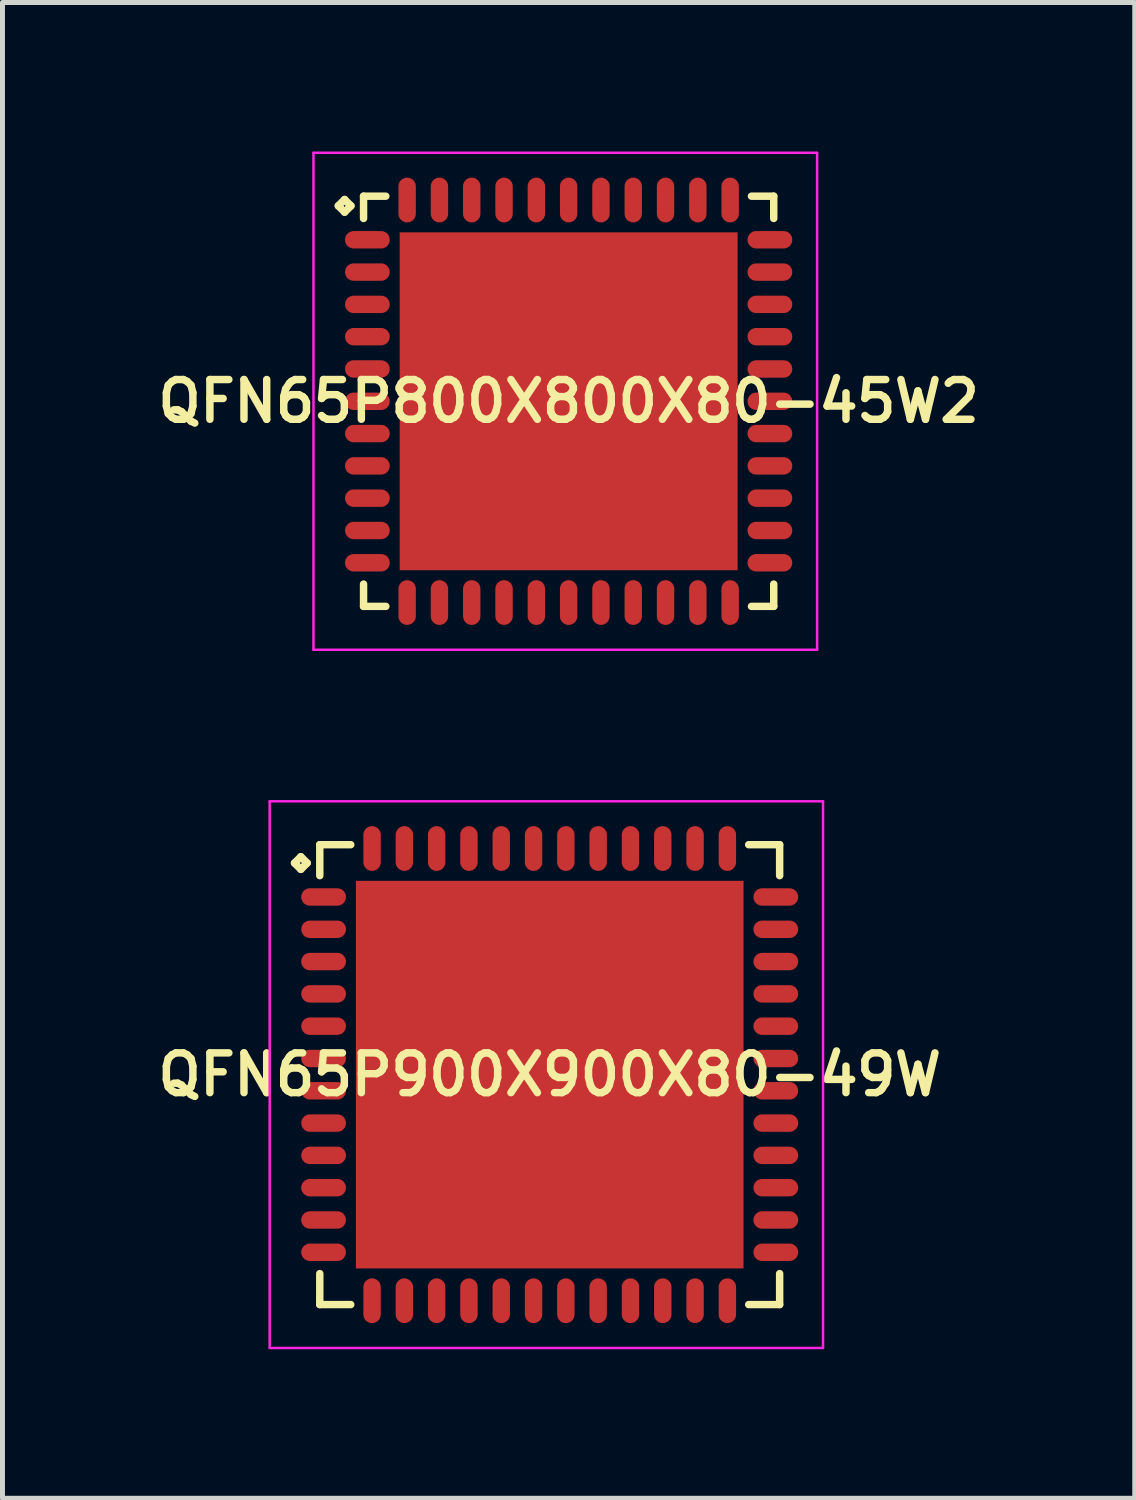
<source format=kicad_pcb>
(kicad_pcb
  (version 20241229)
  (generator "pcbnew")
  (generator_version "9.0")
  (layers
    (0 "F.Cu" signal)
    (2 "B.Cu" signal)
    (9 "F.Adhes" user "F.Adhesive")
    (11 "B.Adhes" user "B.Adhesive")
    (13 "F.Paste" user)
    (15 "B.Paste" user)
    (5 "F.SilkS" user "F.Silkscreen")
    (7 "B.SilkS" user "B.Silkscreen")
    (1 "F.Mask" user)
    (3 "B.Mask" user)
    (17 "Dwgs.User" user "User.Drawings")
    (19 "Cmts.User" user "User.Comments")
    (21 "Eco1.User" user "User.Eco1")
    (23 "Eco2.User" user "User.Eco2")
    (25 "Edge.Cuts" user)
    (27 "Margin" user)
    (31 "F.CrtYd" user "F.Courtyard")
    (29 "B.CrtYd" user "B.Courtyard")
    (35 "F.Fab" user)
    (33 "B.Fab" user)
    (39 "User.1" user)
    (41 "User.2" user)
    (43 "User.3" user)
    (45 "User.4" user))
  (footprint "QFN65P800X800X80-45W2"
    (layer "F.Cu")
    (at 8.393 5.025)
    (property "Reference" "QFN65P800X800X80-45W2" (at 0 0 0) (layer "F.SilkS") (effects (font (size 0.8 0.8) (thickness 0.15))))
    (attr smd)
    (fp_line (start -4.635 -3.933) (end -4.508 -4.06) (stroke (width 0.15) (type solid)) (layer "F.SilkS"))
    (fp_line (start -4.508 -4.06) (end -4.381 -3.933) (stroke (width 0.15) (type solid)) (layer "F.SilkS"))
    (fp_line (start -4.508 -3.806) (end -4.635 -3.933) (stroke (width 0.15) (type solid)) (layer "F.SilkS"))
    (fp_line (start -4.381 -3.933) (end -4.508 -3.806) (stroke (width 0.15) (type solid)) (layer "F.SilkS"))
    (fp_line (start -4.127 -4.127) (end -3.679 -4.127) (stroke (width 0.15) (type solid)) (layer "F.SilkS"))
    (fp_line (start -4.127 -3.679) (end -4.127 -4.127) (stroke (width 0.15) (type solid)) (layer "F.SilkS"))
    (fp_line (start -4.127 3.679) (end -4.127 4.127) (stroke (width 0.15) (type solid)) (layer "F.SilkS"))
    (fp_line (start -4.127 4.127) (end -3.679 4.127) (stroke (width 0.15) (type solid)) (layer "F.SilkS"))
    (fp_line (start 3.679 -4.127) (end 4.127 -4.127) (stroke (width 0.15) (type solid)) (layer "F.SilkS"))
    (fp_line (start 3.679 4.127) (end 4.127 4.127) (stroke (width 0.15) (type solid)) (layer "F.SilkS"))
    (fp_line (start 4.127 -4.127) (end 4.127 -3.679) (stroke (width 0.15) (type solid)) (layer "F.SilkS"))
    (fp_line (start 4.127 4.127) (end 4.127 3.679) (stroke (width 0.15) (type solid)) (layer "F.SilkS"))
    (fp_line (start -5.135 -5) (end 5 -5) (stroke (width 0.05) (type solid)) (layer "F.CrtYd"))
    (fp_line (start -5.135 5) (end -5.135 -5) (stroke (width 0.05) (type solid)) (layer "F.CrtYd"))
    (fp_line (start 5 -5) (end 5 5) (stroke (width 0.05) (type solid)) (layer "F.CrtYd"))
    (fp_line (start 5 5) (end -5.135 5) (stroke (width 0.05) (type solid)) (layer "F.CrtYd"))
    (pad "1" smd oval (at -4.05 -3.25) (size 0.9 0.35) (layers "F.Cu" "F.Mask" "F.Paste"))
    (pad "2" smd oval (at -4.05 -2.6) (size 0.9 0.35) (layers "F.Cu" "F.Mask" "F.Paste"))
    (pad "3" smd oval (at -4.05 -1.95) (size 0.9 0.35) (layers "F.Cu" "F.Mask" "F.Paste"))
    (pad "4" smd oval (at -4.05 -1.3) (size 0.9 0.35) (layers "F.Cu" "F.Mask" "F.Paste"))
    (pad "5" smd oval (at -4.05 -0.65) (size 0.9 0.35) (layers "F.Cu" "F.Mask" "F.Paste"))
    (pad "6" smd oval (at -4.05 0) (size 0.9 0.35) (layers "F.Cu" "F.Mask" "F.Paste"))
    (pad "7" smd oval (at -4.05 0.65) (size 0.9 0.35) (layers "F.Cu" "F.Mask" "F.Paste"))
    (pad "8" smd oval (at -4.05 1.3) (size 0.9 0.35) (layers "F.Cu" "F.Mask" "F.Paste"))
    (pad "9" smd oval (at -4.05 1.95) (size 0.9 0.35) (layers "F.Cu" "F.Mask" "F.Paste"))
    (pad "10" smd oval (at -4.05 2.6) (size 0.9 0.35) (layers "F.Cu" "F.Mask" "F.Paste"))
    (pad "11" smd oval (at -4.05 3.25) (size 0.9 0.35) (layers "F.Cu" "F.Mask" "F.Paste"))
    (pad "12" smd oval (at -3.25 4.05) (size 0.35 0.9) (layers "F.Cu" "F.Mask" "F.Paste"))
    (pad "13" smd oval (at -2.6 4.05) (size 0.35 0.9) (layers "F.Cu" "F.Mask" "F.Paste"))
    (pad "14" smd oval (at -1.95 4.05) (size 0.35 0.9) (layers "F.Cu" "F.Mask" "F.Paste"))
    (pad "15" smd oval (at -1.3 4.05) (size 0.35 0.9) (layers "F.Cu" "F.Mask" "F.Paste"))
    (pad "16" smd oval (at -0.65 4.05) (size 0.35 0.9) (layers "F.Cu" "F.Mask" "F.Paste"))
    (pad "17" smd oval (at 0 4.05) (size 0.35 0.9) (layers "F.Cu" "F.Mask" "F.Paste"))
    (pad "18" smd oval (at 0.65 4.05) (size 0.35 0.9) (layers "F.Cu" "F.Mask" "F.Paste"))
    (pad "19" smd oval (at 1.3 4.05) (size 0.35 0.9) (layers "F.Cu" "F.Mask" "F.Paste"))
    (pad "20" smd oval (at 1.95 4.05) (size 0.35 0.9) (layers "F.Cu" "F.Mask" "F.Paste"))
    (pad "21" smd oval (at 2.6 4.05) (size 0.35 0.9) (layers "F.Cu" "F.Mask" "F.Paste"))
    (pad "22" smd oval (at 3.25 4.05) (size 0.35 0.9) (layers "F.Cu" "F.Mask" "F.Paste"))
    (pad "23" smd oval (at 4.05 3.25) (size 0.9 0.35) (layers "F.Cu" "F.Mask" "F.Paste"))
    (pad "24" smd oval (at 4.05 2.6) (size 0.9 0.35) (layers "F.Cu" "F.Mask" "F.Paste"))
    (pad "25" smd oval (at 4.05 1.95) (size 0.9 0.35) (layers "F.Cu" "F.Mask" "F.Paste"))
    (pad "26" smd oval (at 4.05 1.3) (size 0.9 0.35) (layers "F.Cu" "F.Mask" "F.Paste"))
    (pad "27" smd oval (at 4.05 0.65) (size 0.9 0.35) (layers "F.Cu" "F.Mask" "F.Paste"))
    (pad "28" smd oval (at 4.05 0) (size 0.9 0.35) (layers "F.Cu" "F.Mask" "F.Paste"))
    (pad "29" smd oval (at 4.05 -0.65) (size 0.9 0.35) (layers "F.Cu" "F.Mask" "F.Paste"))
    (pad "30" smd oval (at 4.05 -1.3) (size 0.9 0.35) (layers "F.Cu" "F.Mask" "F.Paste"))
    (pad "31" smd oval (at 4.05 -1.95) (size 0.9 0.35) (layers "F.Cu" "F.Mask" "F.Paste"))
    (pad "32" smd oval (at 4.05 -2.6) (size 0.9 0.35) (layers "F.Cu" "F.Mask" "F.Paste"))
    (pad "33" smd oval (at 4.05 -3.25) (size 0.9 0.35) (layers "F.Cu" "F.Mask" "F.Paste"))
    (pad "34" smd oval (at 3.25 -4.05) (size 0.35 0.9) (layers "F.Cu" "F.Mask" "F.Paste"))
    (pad "35" smd oval (at 2.6 -4.05) (size 0.35 0.9) (layers "F.Cu" "F.Mask" "F.Paste"))
    (pad "36" smd oval (at 1.95 -4.05) (size 0.35 0.9) (layers "F.Cu" "F.Mask" "F.Paste"))
    (pad "37" smd oval (at 1.3 -4.05) (size 0.35 0.9) (layers "F.Cu" "F.Mask" "F.Paste"))
    (pad "38" smd oval (at 0.65 -4.05) (size 0.35 0.9) (layers "F.Cu" "F.Mask" "F.Paste"))
    (pad "39" smd oval (at 0 -4.05) (size 0.35 0.9) (layers "F.Cu" "F.Mask" "F.Paste"))
    (pad "40" smd oval (at -0.65 -4.05) (size 0.35 0.9) (layers "F.Cu" "F.Mask" "F.Paste"))
    (pad "41" smd oval (at -1.3 -4.05) (size 0.35 0.9) (layers "F.Cu" "F.Mask" "F.Paste"))
    (pad "42" smd oval (at -1.95 -4.05) (size 0.35 0.9) (layers "F.Cu" "F.Mask" "F.Paste"))
    (pad "43" smd oval (at -2.6 -4.05) (size 0.35 0.9) (layers "F.Cu" "F.Mask" "F.Paste"))
    (pad "44" smd oval (at -3.25 -4.05) (size 0.35 0.9) (layers "F.Cu" "F.Mask" "F.Paste"))
    (pad "45" smd rect (at 0 0) (size 6.8 6.8) (layers "F.Cu" "F.Mask" "F.Paste")))
  (footprint "QFN65P900X900X80-49W"
    (layer "F.Cu")
    (at 8.012 18.575)
    (property "Reference" "QFN65P900X900X80-49W" (at 0 0 0) (layer "F.SilkS") (effects (font (size 0.8 0.8) (thickness 0.15))))
    (attr smd)
    (fp_line (start -5.135 -4.258) (end -5.008 -4.385) (stroke (width 0.15) (type solid)) (layer "F.SilkS"))
    (fp_line (start -5.008 -4.385) (end -4.881 -4.258) (stroke (width 0.15) (type solid)) (layer "F.SilkS"))
    (fp_line (start -5.008 -4.131) (end -5.135 -4.258) (stroke (width 0.15) (type solid)) (layer "F.SilkS"))
    (fp_line (start -4.881 -4.258) (end -5.008 -4.131) (stroke (width 0.15) (type solid)) (layer "F.SilkS"))
    (fp_line (start -4.627 -4.627) (end -4.004 -4.627) (stroke (width 0.15) (type solid)) (layer "F.SilkS"))
    (fp_line (start -4.627 -4.004) (end -4.627 -4.627) (stroke (width 0.15) (type solid)) (layer "F.SilkS"))
    (fp_line (start -4.627 4.004) (end -4.627 4.627) (stroke (width 0.15) (type solid)) (layer "F.SilkS"))
    (fp_line (start -4.627 4.627) (end -4.004 4.627) (stroke (width 0.15) (type solid)) (layer "F.SilkS"))
    (fp_line (start 4.004 -4.627) (end 4.627 -4.627) (stroke (width 0.15) (type solid)) (layer "F.SilkS"))
    (fp_line (start 4.004 4.627) (end 4.627 4.627) (stroke (width 0.15) (type solid)) (layer "F.SilkS"))
    (fp_line (start 4.627 -4.627) (end 4.627 -4.004) (stroke (width 0.15) (type solid)) (layer "F.SilkS"))
    (fp_line (start 4.627 4.627) (end 4.627 4.004) (stroke (width 0.15) (type solid)) (layer "F.SilkS"))
    (fp_line (start -5.635 -5.5) (end 5.5 -5.5) (stroke (width 0.05) (type solid)) (layer "F.CrtYd"))
    (fp_line (start -5.635 5.5) (end -5.635 -5.5) (stroke (width 0.05) (type solid)) (layer "F.CrtYd"))
    (fp_line (start 5.5 -5.5) (end 5.5 5.5) (stroke (width 0.05) (type solid)) (layer "F.CrtYd"))
    (fp_line (start 5.5 5.5) (end -5.635 5.5) (stroke (width 0.05) (type solid)) (layer "F.CrtYd"))
    (pad "1" smd oval (at -4.55 -3.575) (size 0.9 0.35) (layers "F.Cu" "F.Mask" "F.Paste"))
    (pad "2" smd oval (at -4.55 -2.925) (size 0.9 0.35) (layers "F.Cu" "F.Mask" "F.Paste"))
    (pad "3" smd oval (at -4.55 -2.275) (size 0.9 0.35) (layers "F.Cu" "F.Mask" "F.Paste"))
    (pad "4" smd oval (at -4.55 -1.625) (size 0.9 0.35) (layers "F.Cu" "F.Mask" "F.Paste"))
    (pad "5" smd oval (at -4.55 -0.975) (size 0.9 0.35) (layers "F.Cu" "F.Mask" "F.Paste"))
    (pad "6" smd oval (at -4.55 -0.325) (size 0.9 0.35) (layers "F.Cu" "F.Mask" "F.Paste"))
    (pad "7" smd oval (at -4.55 0.325) (size 0.9 0.35) (layers "F.Cu" "F.Mask" "F.Paste"))
    (pad "8" smd oval (at -4.55 0.975) (size 0.9 0.35) (layers "F.Cu" "F.Mask" "F.Paste"))
    (pad "9" smd oval (at -4.55 1.625) (size 0.9 0.35) (layers "F.Cu" "F.Mask" "F.Paste"))
    (pad "10" smd oval (at -4.55 2.275) (size 0.9 0.35) (layers "F.Cu" "F.Mask" "F.Paste"))
    (pad "11" smd oval (at -4.55 2.925) (size 0.9 0.35) (layers "F.Cu" "F.Mask" "F.Paste"))
    (pad "12" smd oval (at -4.55 3.575) (size 0.9 0.35) (layers "F.Cu" "F.Mask" "F.Paste"))
    (pad "13" smd oval (at -3.575 4.55) (size 0.35 0.9) (layers "F.Cu" "F.Mask" "F.Paste"))
    (pad "14" smd oval (at -2.925 4.55) (size 0.35 0.9) (layers "F.Cu" "F.Mask" "F.Paste"))
    (pad "15" smd oval (at -2.275 4.55) (size 0.35 0.9) (layers "F.Cu" "F.Mask" "F.Paste"))
    (pad "16" smd oval (at -1.625 4.55) (size 0.35 0.9) (layers "F.Cu" "F.Mask" "F.Paste"))
    (pad "17" smd oval (at -0.975 4.55) (size 0.35 0.9) (layers "F.Cu" "F.Mask" "F.Paste"))
    (pad "18" smd oval (at -0.325 4.55) (size 0.35 0.9) (layers "F.Cu" "F.Mask" "F.Paste"))
    (pad "19" smd oval (at 0.325 4.55) (size 0.35 0.9) (layers "F.Cu" "F.Mask" "F.Paste"))
    (pad "20" smd oval (at 0.975 4.55) (size 0.35 0.9) (layers "F.Cu" "F.Mask" "F.Paste"))
    (pad "21" smd oval (at 1.625 4.55) (size 0.35 0.9) (layers "F.Cu" "F.Mask" "F.Paste"))
    (pad "22" smd oval (at 2.275 4.55) (size 0.35 0.9) (layers "F.Cu" "F.Mask" "F.Paste"))
    (pad "23" smd oval (at 2.925 4.55) (size 0.35 0.9) (layers "F.Cu" "F.Mask" "F.Paste"))
    (pad "24" smd oval (at 3.575 4.55) (size 0.35 0.9) (layers "F.Cu" "F.Mask" "F.Paste"))
    (pad "25" smd oval (at 4.55 3.575) (size 0.9 0.35) (layers "F.Cu" "F.Mask" "F.Paste"))
    (pad "26" smd oval (at 4.55 2.925) (size 0.9 0.35) (layers "F.Cu" "F.Mask" "F.Paste"))
    (pad "27" smd oval (at 4.55 2.275) (size 0.9 0.35) (layers "F.Cu" "F.Mask" "F.Paste"))
    (pad "28" smd oval (at 4.55 1.625) (size 0.9 0.35) (layers "F.Cu" "F.Mask" "F.Paste"))
    (pad "29" smd oval (at 4.55 0.975) (size 0.9 0.35) (layers "F.Cu" "F.Mask" "F.Paste"))
    (pad "30" smd oval (at 4.55 0.325) (size 0.9 0.35) (layers "F.Cu" "F.Mask" "F.Paste"))
    (pad "31" smd oval (at 4.55 -0.325) (size 0.9 0.35) (layers "F.Cu" "F.Mask" "F.Paste"))
    (pad "32" smd oval (at 4.55 -0.975) (size 0.9 0.35) (layers "F.Cu" "F.Mask" "F.Paste"))
    (pad "33" smd oval (at 4.55 -1.625) (size 0.9 0.35) (layers "F.Cu" "F.Mask" "F.Paste"))
    (pad "34" smd oval (at 4.55 -2.275) (size 0.9 0.35) (layers "F.Cu" "F.Mask" "F.Paste"))
    (pad "35" smd oval (at 4.55 -2.925) (size 0.9 0.35) (layers "F.Cu" "F.Mask" "F.Paste"))
    (pad "36" smd oval (at 4.55 -3.575) (size 0.9 0.35) (layers "F.Cu" "F.Mask" "F.Paste"))
    (pad "37" smd oval (at 3.575 -4.55) (size 0.35 0.9) (layers "F.Cu" "F.Mask" "F.Paste"))
    (pad "38" smd oval (at 2.925 -4.55) (size 0.35 0.9) (layers "F.Cu" "F.Mask" "F.Paste"))
    (pad "39" smd oval (at 2.275 -4.55) (size 0.35 0.9) (layers "F.Cu" "F.Mask" "F.Paste"))
    (pad "40" smd oval (at 1.625 -4.55) (size 0.35 0.9) (layers "F.Cu" "F.Mask" "F.Paste"))
    (pad "41" smd oval (at 0.975 -4.55) (size 0.35 0.9) (layers "F.Cu" "F.Mask" "F.Paste"))
    (pad "42" smd oval (at 0.325 -4.55) (size 0.35 0.9) (layers "F.Cu" "F.Mask" "F.Paste"))
    (pad "43" smd oval (at -0.325 -4.55) (size 0.35 0.9) (layers "F.Cu" "F.Mask" "F.Paste"))
    (pad "44" smd oval (at -0.975 -4.55) (size 0.35 0.9) (layers "F.Cu" "F.Mask" "F.Paste"))
    (pad "45" smd oval (at -1.625 -4.55) (size 0.35 0.9) (layers "F.Cu" "F.Mask" "F.Paste"))
    (pad "46" smd oval (at -2.275 -4.55) (size 0.35 0.9) (layers "F.Cu" "F.Mask" "F.Paste"))
    (pad "47" smd oval (at -2.925 -4.55) (size 0.35 0.9) (layers "F.Cu" "F.Mask" "F.Paste"))
    (pad "48" smd oval (at -3.575 -4.55) (size 0.35 0.9) (layers "F.Cu" "F.Mask" "F.Paste"))
    (pad "49" smd rect (at 0 0) (size 7.8 7.8) (layers "F.Cu" "F.Mask" "F.Paste")))
  (gr_rect
    (start -3 -3)
    (end 19.785 27.1)
    (stroke (width 0.1) (type default))
    (fill no)
    (layer "Edge.Cuts")))
</source>
